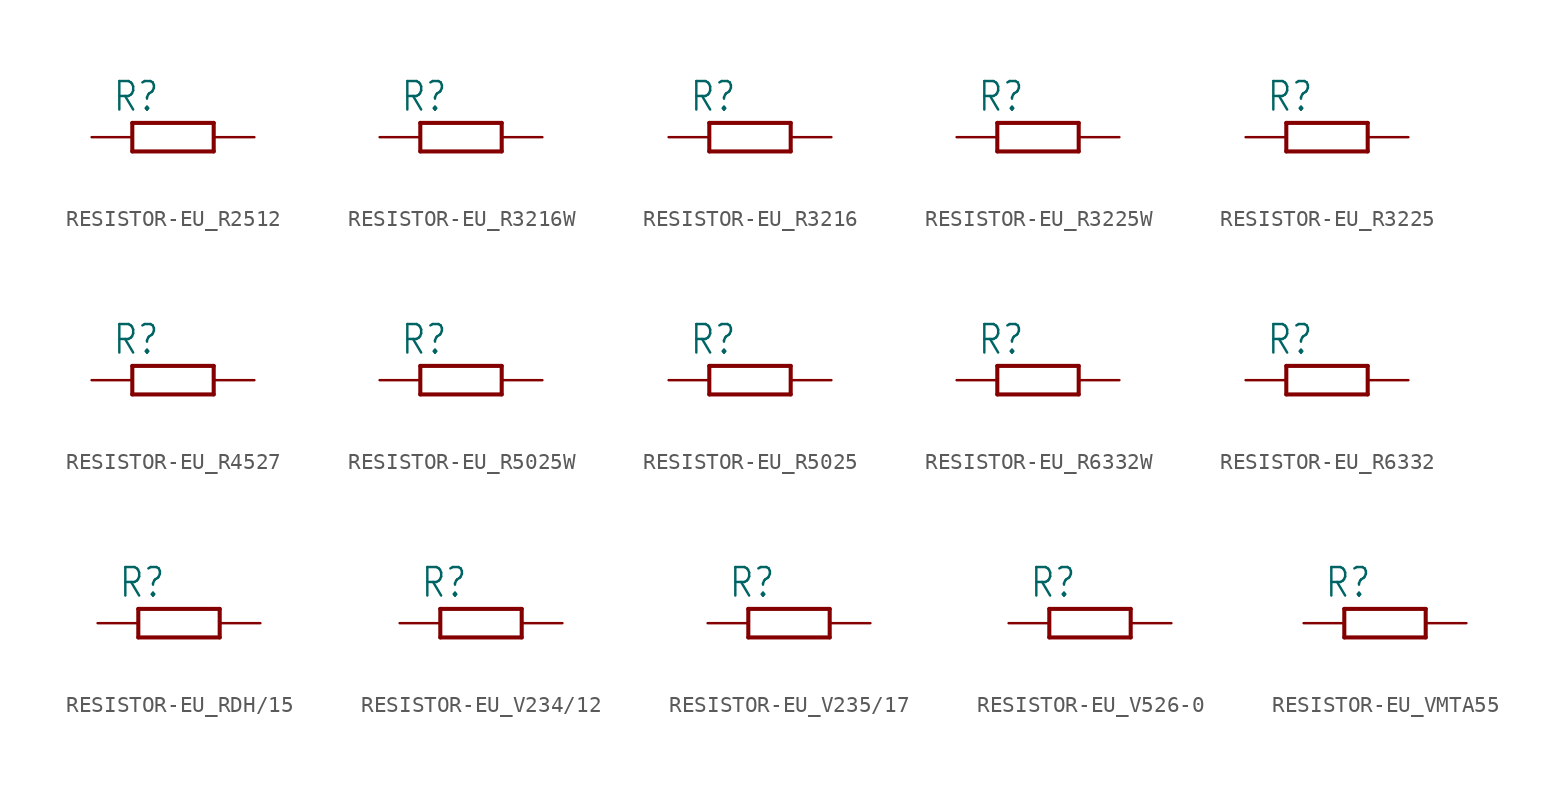
<source format=kicad_sym>
(kicad_symbol_lib
  (version 20231120)
  (generator "kicad_symbol_editor")
  (generator_version "8.0")
  (symbol "RESISTOR-EU_R2512"
    (property "Reference" "R"
      (at -3.81 1.499 0)
      (effects (font (size 1.778 1.511)) (justify left bottom)))
    (property "Value" ""
      (at -3.81 -3.302 0)
      (effects (font (size 1.778 1.511)) (justify left bottom)))
    (property "ki_locked" ""
      (at 0 0 0)
      (effects (font (size 1.27 1.27))))
    (symbol "RESISTOR-EU_R2512_1_0"
      (polyline (pts (xy -2.54 -0.889) (xy -2.54 0.889)) (stroke (width 0.254) (type solid)) (fill (type none)))
      (polyline (pts (xy -2.54 -0.889) (xy 2.54 -0.889)) (stroke (width 0.254) (type solid)) (fill (type none)))
      (polyline (pts (xy 2.54 -0.889) (xy 2.54 0.889)) (stroke (width 0.254) (type solid)) (fill (type none)))
      (polyline (pts (xy 2.54 0.889) (xy -2.54 0.889)) (stroke (width 0.254) (type solid)) (fill (type none)))
      (pin passive line (at -5.08 0 0) (length 2.54) (name "1" (effects (font (size 0 0)))) (number "1" (effects (font (size 0 0)))))
      (pin passive line (at 5.08 0 180) (length 2.54) (name "2" (effects (font (size 0 0)))) (number "2" (effects (font (size 0 0)))))))
  (symbol "RESISTOR-EU_R3216W"
    (property "Reference" "R"
      (at -3.81 1.499 0)
      (effects (font (size 1.778 1.511)) (justify left bottom)))
    (property "Value" ""
      (at -3.81 -3.302 0)
      (effects (font (size 1.778 1.511)) (justify left bottom)))
    (property "ki_locked" ""
      (at 0 0 0)
      (effects (font (size 1.27 1.27))))
    (symbol "RESISTOR-EU_R3216W_1_0"
      (polyline (pts (xy -2.54 -0.889) (xy -2.54 0.889)) (stroke (width 0.254) (type solid)) (fill (type none)))
      (polyline (pts (xy -2.54 -0.889) (xy 2.54 -0.889)) (stroke (width 0.254) (type solid)) (fill (type none)))
      (polyline (pts (xy 2.54 -0.889) (xy 2.54 0.889)) (stroke (width 0.254) (type solid)) (fill (type none)))
      (polyline (pts (xy 2.54 0.889) (xy -2.54 0.889)) (stroke (width 0.254) (type solid)) (fill (type none)))
      (pin passive line (at -5.08 0 0) (length 2.54) (name "1" (effects (font (size 0 0)))) (number "1" (effects (font (size 0 0)))))
      (pin passive line (at 5.08 0 180) (length 2.54) (name "2" (effects (font (size 0 0)))) (number "2" (effects (font (size 0 0)))))))
  (symbol "RESISTOR-EU_R3216"
    (property "Reference" "R"
      (at -3.81 1.499 0)
      (effects (font (size 1.778 1.511)) (justify left bottom)))
    (property "Value" ""
      (at -3.81 -3.302 0)
      (effects (font (size 1.778 1.511)) (justify left bottom)))
    (property "ki_locked" ""
      (at 0 0 0)
      (effects (font (size 1.27 1.27))))
    (symbol "RESISTOR-EU_R3216_1_0"
      (polyline (pts (xy -2.54 -0.889) (xy -2.54 0.889)) (stroke (width 0.254) (type solid)) (fill (type none)))
      (polyline (pts (xy -2.54 -0.889) (xy 2.54 -0.889)) (stroke (width 0.254) (type solid)) (fill (type none)))
      (polyline (pts (xy 2.54 -0.889) (xy 2.54 0.889)) (stroke (width 0.254) (type solid)) (fill (type none)))
      (polyline (pts (xy 2.54 0.889) (xy -2.54 0.889)) (stroke (width 0.254) (type solid)) (fill (type none)))
      (pin passive line (at -5.08 0 0) (length 2.54) (name "1" (effects (font (size 0 0)))) (number "1" (effects (font (size 0 0)))))
      (pin passive line (at 5.08 0 180) (length 2.54) (name "2" (effects (font (size 0 0)))) (number "2" (effects (font (size 0 0)))))))
  (symbol "RESISTOR-EU_R3225W"
    (property "Reference" "R"
      (at -3.81 1.499 0)
      (effects (font (size 1.778 1.511)) (justify left bottom)))
    (property "Value" ""
      (at -3.81 -3.302 0)
      (effects (font (size 1.778 1.511)) (justify left bottom)))
    (property "ki_locked" ""
      (at 0 0 0)
      (effects (font (size 1.27 1.27))))
    (symbol "RESISTOR-EU_R3225W_1_0"
      (polyline (pts (xy -2.54 -0.889) (xy -2.54 0.889)) (stroke (width 0.254) (type solid)) (fill (type none)))
      (polyline (pts (xy -2.54 -0.889) (xy 2.54 -0.889)) (stroke (width 0.254) (type solid)) (fill (type none)))
      (polyline (pts (xy 2.54 -0.889) (xy 2.54 0.889)) (stroke (width 0.254) (type solid)) (fill (type none)))
      (polyline (pts (xy 2.54 0.889) (xy -2.54 0.889)) (stroke (width 0.254) (type solid)) (fill (type none)))
      (pin passive line (at -5.08 0 0) (length 2.54) (name "1" (effects (font (size 0 0)))) (number "1" (effects (font (size 0 0)))))
      (pin passive line (at 5.08 0 180) (length 2.54) (name "2" (effects (font (size 0 0)))) (number "2" (effects (font (size 0 0)))))))
  (symbol "RESISTOR-EU_R3225"
    (property "Reference" "R"
      (at -3.81 1.499 0)
      (effects (font (size 1.778 1.511)) (justify left bottom)))
    (property "Value" ""
      (at -3.81 -3.302 0)
      (effects (font (size 1.778 1.511)) (justify left bottom)))
    (property "ki_locked" ""
      (at 0 0 0)
      (effects (font (size 1.27 1.27))))
    (symbol "RESISTOR-EU_R3225_1_0"
      (polyline (pts (xy -2.54 -0.889) (xy -2.54 0.889)) (stroke (width 0.254) (type solid)) (fill (type none)))
      (polyline (pts (xy -2.54 -0.889) (xy 2.54 -0.889)) (stroke (width 0.254) (type solid)) (fill (type none)))
      (polyline (pts (xy 2.54 -0.889) (xy 2.54 0.889)) (stroke (width 0.254) (type solid)) (fill (type none)))
      (polyline (pts (xy 2.54 0.889) (xy -2.54 0.889)) (stroke (width 0.254) (type solid)) (fill (type none)))
      (pin passive line (at -5.08 0 0) (length 2.54) (name "1" (effects (font (size 0 0)))) (number "1" (effects (font (size 0 0)))))
      (pin passive line (at 5.08 0 180) (length 2.54) (name "2" (effects (font (size 0 0)))) (number "2" (effects (font (size 0 0)))))))
  (symbol "RESISTOR-EU_R4527"
    (property "Reference" "R"
      (at -3.81 1.499 0)
      (effects (font (size 1.778 1.511)) (justify left bottom)))
    (property "Value" ""
      (at -3.81 -3.302 0)
      (effects (font (size 1.778 1.511)) (justify left bottom)))
    (property "ki_locked" ""
      (at 0 0 0)
      (effects (font (size 1.27 1.27))))
    (symbol "RESISTOR-EU_R4527_1_0"
      (polyline (pts (xy -2.54 -0.889) (xy -2.54 0.889)) (stroke (width 0.254) (type solid)) (fill (type none)))
      (polyline (pts (xy -2.54 -0.889) (xy 2.54 -0.889)) (stroke (width 0.254) (type solid)) (fill (type none)))
      (polyline (pts (xy 2.54 -0.889) (xy 2.54 0.889)) (stroke (width 0.254) (type solid)) (fill (type none)))
      (polyline (pts (xy 2.54 0.889) (xy -2.54 0.889)) (stroke (width 0.254) (type solid)) (fill (type none)))
      (pin passive line (at -5.08 0 0) (length 2.54) (name "1" (effects (font (size 0 0)))) (number "1" (effects (font (size 0 0)))))
      (pin passive line (at 5.08 0 180) (length 2.54) (name "2" (effects (font (size 0 0)))) (number "2" (effects (font (size 0 0)))))))
  (symbol "RESISTOR-EU_R5025W"
    (property "Reference" "R"
      (at -3.81 1.499 0)
      (effects (font (size 1.778 1.511)) (justify left bottom)))
    (property "Value" ""
      (at -3.81 -3.302 0)
      (effects (font (size 1.778 1.511)) (justify left bottom)))
    (property "ki_locked" ""
      (at 0 0 0)
      (effects (font (size 1.27 1.27))))
    (symbol "RESISTOR-EU_R5025W_1_0"
      (polyline (pts (xy -2.54 -0.889) (xy -2.54 0.889)) (stroke (width 0.254) (type solid)) (fill (type none)))
      (polyline (pts (xy -2.54 -0.889) (xy 2.54 -0.889)) (stroke (width 0.254) (type solid)) (fill (type none)))
      (polyline (pts (xy 2.54 -0.889) (xy 2.54 0.889)) (stroke (width 0.254) (type solid)) (fill (type none)))
      (polyline (pts (xy 2.54 0.889) (xy -2.54 0.889)) (stroke (width 0.254) (type solid)) (fill (type none)))
      (pin passive line (at -5.08 0 0) (length 2.54) (name "1" (effects (font (size 0 0)))) (number "1" (effects (font (size 0 0)))))
      (pin passive line (at 5.08 0 180) (length 2.54) (name "2" (effects (font (size 0 0)))) (number "2" (effects (font (size 0 0)))))))
  (symbol "RESISTOR-EU_R5025"
    (property "Reference" "R"
      (at -3.81 1.499 0)
      (effects (font (size 1.778 1.511)) (justify left bottom)))
    (property "Value" ""
      (at -3.81 -3.302 0)
      (effects (font (size 1.778 1.511)) (justify left bottom)))
    (property "ki_locked" ""
      (at 0 0 0)
      (effects (font (size 1.27 1.27))))
    (symbol "RESISTOR-EU_R5025_1_0"
      (polyline (pts (xy -2.54 -0.889) (xy -2.54 0.889)) (stroke (width 0.254) (type solid)) (fill (type none)))
      (polyline (pts (xy -2.54 -0.889) (xy 2.54 -0.889)) (stroke (width 0.254) (type solid)) (fill (type none)))
      (polyline (pts (xy 2.54 -0.889) (xy 2.54 0.889)) (stroke (width 0.254) (type solid)) (fill (type none)))
      (polyline (pts (xy 2.54 0.889) (xy -2.54 0.889)) (stroke (width 0.254) (type solid)) (fill (type none)))
      (pin passive line (at -5.08 0 0) (length 2.54) (name "1" (effects (font (size 0 0)))) (number "1" (effects (font (size 0 0)))))
      (pin passive line (at 5.08 0 180) (length 2.54) (name "2" (effects (font (size 0 0)))) (number "2" (effects (font (size 0 0)))))))
  (symbol "RESISTOR-EU_R6332W"
    (property "Reference" "R"
      (at -3.81 1.499 0)
      (effects (font (size 1.778 1.511)) (justify left bottom)))
    (property "Value" ""
      (at -3.81 -3.302 0)
      (effects (font (size 1.778 1.511)) (justify left bottom)))
    (property "ki_locked" ""
      (at 0 0 0)
      (effects (font (size 1.27 1.27))))
    (symbol "RESISTOR-EU_R6332W_1_0"
      (polyline (pts (xy -2.54 -0.889) (xy -2.54 0.889)) (stroke (width 0.254) (type solid)) (fill (type none)))
      (polyline (pts (xy -2.54 -0.889) (xy 2.54 -0.889)) (stroke (width 0.254) (type solid)) (fill (type none)))
      (polyline (pts (xy 2.54 -0.889) (xy 2.54 0.889)) (stroke (width 0.254) (type solid)) (fill (type none)))
      (polyline (pts (xy 2.54 0.889) (xy -2.54 0.889)) (stroke (width 0.254) (type solid)) (fill (type none)))
      (pin passive line (at -5.08 0 0) (length 2.54) (name "1" (effects (font (size 0 0)))) (number "1" (effects (font (size 0 0)))))
      (pin passive line (at 5.08 0 180) (length 2.54) (name "2" (effects (font (size 0 0)))) (number "2" (effects (font (size 0 0)))))))
  (symbol "RESISTOR-EU_R6332"
    (property "Reference" "R"
      (at -3.81 1.499 0)
      (effects (font (size 1.778 1.511)) (justify left bottom)))
    (property "Value" ""
      (at -3.81 -3.302 0)
      (effects (font (size 1.778 1.511)) (justify left bottom)))
    (property "ki_locked" ""
      (at 0 0 0)
      (effects (font (size 1.27 1.27))))
    (symbol "RESISTOR-EU_R6332_1_0"
      (polyline (pts (xy -2.54 -0.889) (xy -2.54 0.889)) (stroke (width 0.254) (type solid)) (fill (type none)))
      (polyline (pts (xy -2.54 -0.889) (xy 2.54 -0.889)) (stroke (width 0.254) (type solid)) (fill (type none)))
      (polyline (pts (xy 2.54 -0.889) (xy 2.54 0.889)) (stroke (width 0.254) (type solid)) (fill (type none)))
      (polyline (pts (xy 2.54 0.889) (xy -2.54 0.889)) (stroke (width 0.254) (type solid)) (fill (type none)))
      (pin passive line (at -5.08 0 0) (length 2.54) (name "1" (effects (font (size 0 0)))) (number "1" (effects (font (size 0 0)))))
      (pin passive line (at 5.08 0 180) (length 2.54) (name "2" (effects (font (size 0 0)))) (number "2" (effects (font (size 0 0)))))))
  (symbol "RESISTOR-EU_RDH/15"
    (property "Reference" "R"
      (at -3.81 1.499 0)
      (effects (font (size 1.778 1.511)) (justify left bottom)))
    (property "Value" ""
      (at -3.81 -3.302 0)
      (effects (font (size 1.778 1.511)) (justify left bottom)))
    (property "ki_locked" ""
      (at 0 0 0)
      (effects (font (size 1.27 1.27))))
    (symbol "RESISTOR-EU_RDH/15_1_0"
      (polyline (pts (xy -2.54 -0.889) (xy -2.54 0.889)) (stroke (width 0.254) (type solid)) (fill (type none)))
      (polyline (pts (xy -2.54 -0.889) (xy 2.54 -0.889)) (stroke (width 0.254) (type solid)) (fill (type none)))
      (polyline (pts (xy 2.54 -0.889) (xy 2.54 0.889)) (stroke (width 0.254) (type solid)) (fill (type none)))
      (polyline (pts (xy 2.54 0.889) (xy -2.54 0.889)) (stroke (width 0.254) (type solid)) (fill (type none)))
      (pin passive line (at -5.08 0 0) (length 2.54) (name "1" (effects (font (size 0 0)))) (number "1" (effects (font (size 0 0)))))
      (pin passive line (at 5.08 0 180) (length 2.54) (name "2" (effects (font (size 0 0)))) (number "2" (effects (font (size 0 0)))))))
  (symbol "RESISTOR-EU_V234/12"
    (property "Reference" "R"
      (at -3.81 1.499 0)
      (effects (font (size 1.778 1.511)) (justify left bottom)))
    (property "Value" ""
      (at -3.81 -3.302 0)
      (effects (font (size 1.778 1.511)) (justify left bottom)))
    (property "ki_locked" ""
      (at 0 0 0)
      (effects (font (size 1.27 1.27))))
    (symbol "RESISTOR-EU_V234/12_1_0"
      (polyline (pts (xy -2.54 -0.889) (xy -2.54 0.889)) (stroke (width 0.254) (type solid)) (fill (type none)))
      (polyline (pts (xy -2.54 -0.889) (xy 2.54 -0.889)) (stroke (width 0.254) (type solid)) (fill (type none)))
      (polyline (pts (xy 2.54 -0.889) (xy 2.54 0.889)) (stroke (width 0.254) (type solid)) (fill (type none)))
      (polyline (pts (xy 2.54 0.889) (xy -2.54 0.889)) (stroke (width 0.254) (type solid)) (fill (type none)))
      (pin passive line (at -5.08 0 0) (length 2.54) (name "1" (effects (font (size 0 0)))) (number "1" (effects (font (size 0 0)))))
      (pin passive line (at 5.08 0 180) (length 2.54) (name "2" (effects (font (size 0 0)))) (number "2" (effects (font (size 0 0)))))))
  (symbol "RESISTOR-EU_V235/17"
    (property "Reference" "R"
      (at -3.81 1.499 0)
      (effects (font (size 1.778 1.511)) (justify left bottom)))
    (property "Value" ""
      (at -3.81 -3.302 0)
      (effects (font (size 1.778 1.511)) (justify left bottom)))
    (property "ki_locked" ""
      (at 0 0 0)
      (effects (font (size 1.27 1.27))))
    (symbol "RESISTOR-EU_V235/17_1_0"
      (polyline (pts (xy -2.54 -0.889) (xy -2.54 0.889)) (stroke (width 0.254) (type solid)) (fill (type none)))
      (polyline (pts (xy -2.54 -0.889) (xy 2.54 -0.889)) (stroke (width 0.254) (type solid)) (fill (type none)))
      (polyline (pts (xy 2.54 -0.889) (xy 2.54 0.889)) (stroke (width 0.254) (type solid)) (fill (type none)))
      (polyline (pts (xy 2.54 0.889) (xy -2.54 0.889)) (stroke (width 0.254) (type solid)) (fill (type none)))
      (pin passive line (at -5.08 0 0) (length 2.54) (name "1" (effects (font (size 0 0)))) (number "1" (effects (font (size 0 0)))))
      (pin passive line (at 5.08 0 180) (length 2.54) (name "2" (effects (font (size 0 0)))) (number "2" (effects (font (size 0 0)))))))
  (symbol "RESISTOR-EU_V526-0"
    (property "Reference" "R"
      (at -3.81 1.499 0)
      (effects (font (size 1.778 1.511)) (justify left bottom)))
    (property "Value" ""
      (at -3.81 -3.302 0)
      (effects (font (size 1.778 1.511)) (justify left bottom)))
    (property "ki_locked" ""
      (at 0 0 0)
      (effects (font (size 1.27 1.27))))
    (symbol "RESISTOR-EU_V526-0_1_0"
      (polyline (pts (xy -2.54 -0.889) (xy -2.54 0.889)) (stroke (width 0.254) (type solid)) (fill (type none)))
      (polyline (pts (xy -2.54 -0.889) (xy 2.54 -0.889)) (stroke (width 0.254) (type solid)) (fill (type none)))
      (polyline (pts (xy 2.54 -0.889) (xy 2.54 0.889)) (stroke (width 0.254) (type solid)) (fill (type none)))
      (polyline (pts (xy 2.54 0.889) (xy -2.54 0.889)) (stroke (width 0.254) (type solid)) (fill (type none)))
      (pin passive line (at -5.08 0 0) (length 2.54) (name "1" (effects (font (size 0 0)))) (number "1" (effects (font (size 0 0)))))
      (pin passive line (at 5.08 0 180) (length 2.54) (name "2" (effects (font (size 0 0)))) (number "2" (effects (font (size 0 0)))))))
  (symbol "RESISTOR-EU_VMTA55"
    (property "Reference" "R"
      (at -3.81 1.499 0)
      (effects (font (size 1.778 1.511)) (justify left bottom)))
    (property "Value" ""
      (at -3.81 -3.302 0)
      (effects (font (size 1.778 1.511)) (justify left bottom)))
    (property "ki_locked" ""
      (at 0 0 0)
      (effects (font (size 1.27 1.27))))
    (symbol "RESISTOR-EU_VMTA55_1_0"
      (polyline (pts (xy -2.54 -0.889) (xy -2.54 0.889)) (stroke (width 0.254) (type solid)) (fill (type none)))
      (polyline (pts (xy -2.54 -0.889) (xy 2.54 -0.889)) (stroke (width 0.254) (type solid)) (fill (type none)))
      (polyline (pts (xy 2.54 -0.889) (xy 2.54 0.889)) (stroke (width 0.254) (type solid)) (fill (type none)))
      (polyline (pts (xy 2.54 0.889) (xy -2.54 0.889)) (stroke (width 0.254) (type solid)) (fill (type none)))
      (pin passive line (at -5.08 0 0) (length 2.54) (name "1" (effects (font (size 0 0)))) (number "1" (effects (font (size 0 0)))))
      (pin passive line (at 5.08 0 180) (length 2.54) (name "2" (effects (font (size 0 0)))) (number "2" (effects (font (size 0 0))))))))
</source>
